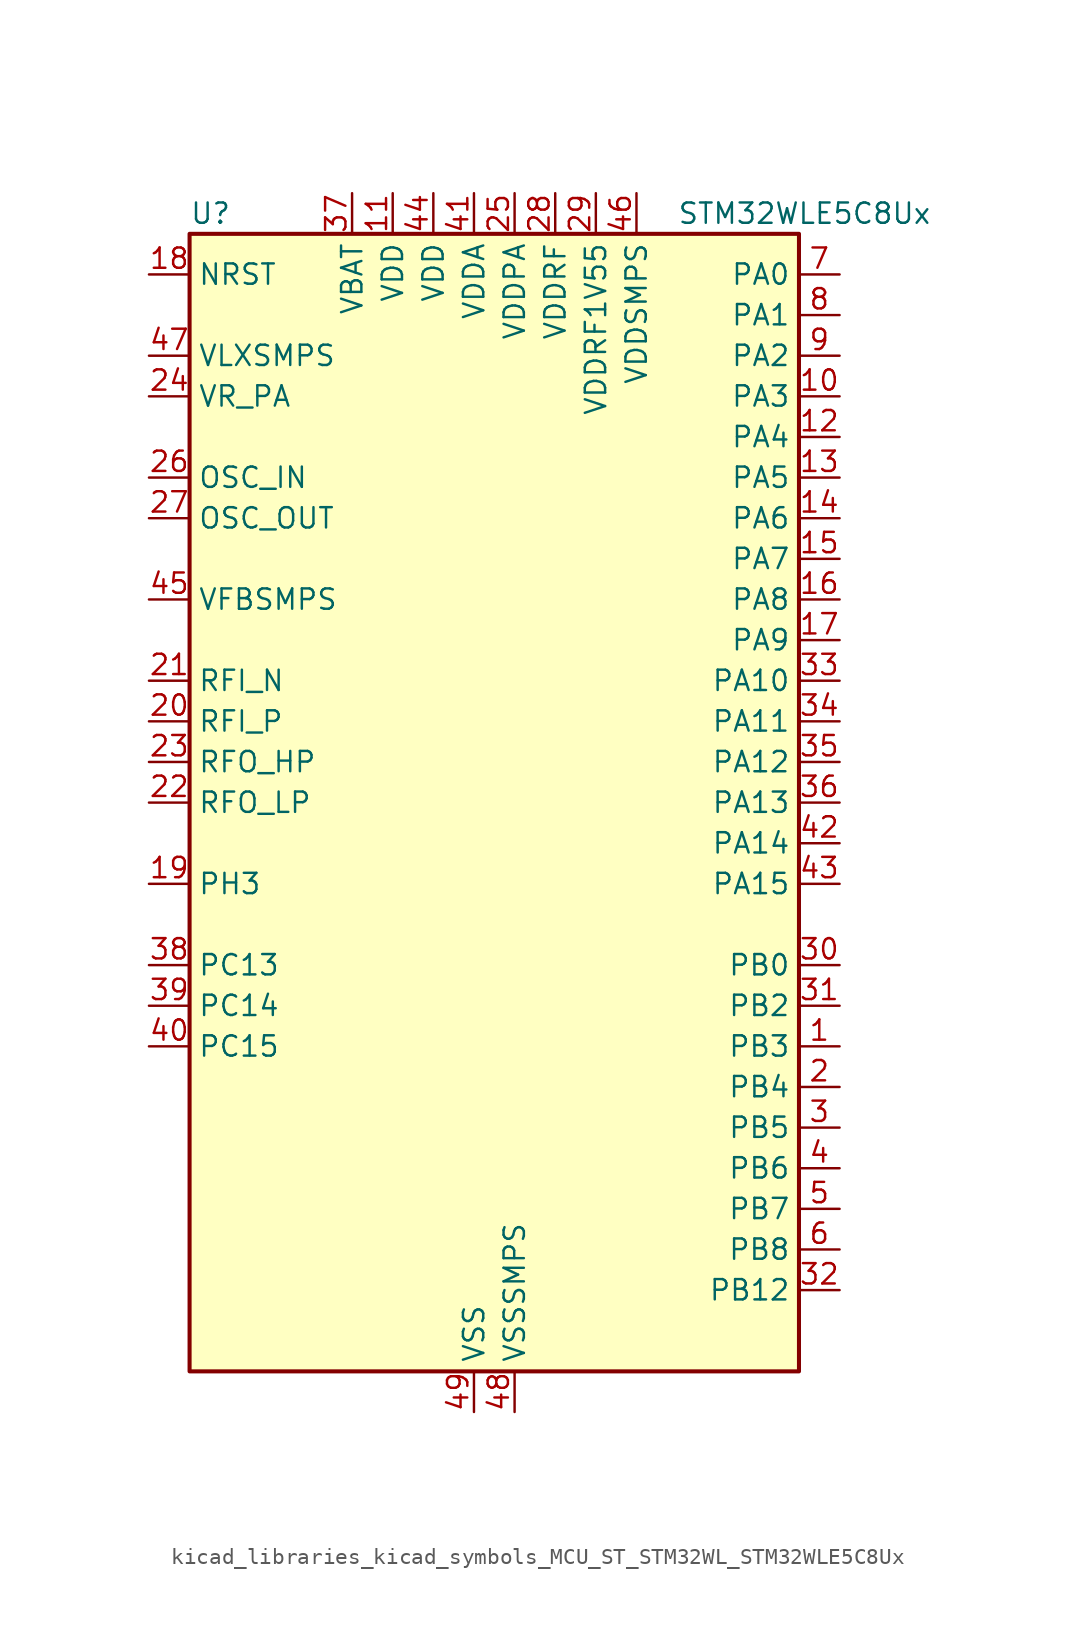
<source format=kicad_sym>
(kicad_symbol_lib
  (version 20220914)
  (generator kicad_symbol_editor)
  (symbol "kicad_libraries_kicad_symbols_MCU_ST_STM32WL_STM32WLE5C8Ux"
    (property "Reference" "U"
      (at -17.78 36.83 0)
      (effects (font (size 1.27 1.27)) (justify left)))
    (property "Value" "STM32WLE5C8Ux"
      (at 12.7 36.83 0)
      (effects (font (size 1.27 1.27)) (justify left)))
    (property "ki_locked" ""
      (at 0 0 0)
      (effects (font (size 1.27 1.27))))
    (symbol "kicad_libraries_kicad_symbols_MCU_ST_STM32WL_STM32WLE5C8Ux_0_1"
      (rectangle (start -17.78 -35.56) (end 20.32 35.56) (stroke (width 0.254) (type default)) (fill (type background))))
    (symbol "kicad_libraries_kicad_symbols_MCU_ST_STM32WL_STM32WLE5C8Ux_1_1"
      (pin bidirectional line (at 22.86 -15.24 180) (length 2.54) (name "PB3" (effects (font (size 1.27 1.27)))) (number "1" (effects (font (size 1.27 1.27)))) (alternate "ADC_IN2" bidirectional line) (alternate "COMP1_INM" bidirectional line) (alternate "COMP2_INM" bidirectional line) (alternate "DEBUG_JTDO-SWO" bidirectional line) (alternate "DEBUG_RF-DTB1" bidirectional line) (alternate "PWR_WKUP3" bidirectional line) (alternate "RTC_TAMP_IN3" bidirectional line) (alternate "SPI1_SCK" bidirectional line) (alternate "TIM2_CH2" bidirectional line) (alternate "USART1_DE" bidirectional line) (alternate "USART1_RTS" bidirectional line))
      (pin bidirectional line (at 22.86 25.4 180) (length 2.54) (name "PA3" (effects (font (size 1.27 1.27)))) (number "10" (effects (font (size 1.27 1.27)))) (alternate "I2S2_MCK" bidirectional line) (alternate "LPUART1_RX" bidirectional line) (alternate "TIM2_CH4" bidirectional line) (alternate "USART2_RX" bidirectional line))
      (pin power_in line (at -5.08 38.1 270) (length 2.54) (name "VDD" (effects (font (size 1.27 1.27)))) (number "11" (effects (font (size 1.27 1.27)))))
      (pin bidirectional line (at 22.86 22.86 180) (length 2.54) (name "PA4" (effects (font (size 1.27 1.27)))) (number "12" (effects (font (size 1.27 1.27)))) (alternate "DEBUG_SUBGHZSPI-NSSOUT" bidirectional line) (alternate "LPTIM1_OUT" bidirectional line) (alternate "LPTIM2_OUT" bidirectional line) (alternate "RTC_OUT2" bidirectional line) (alternate "SPI1_NSS" bidirectional line) (alternate "USART2_CK" bidirectional line))
      (pin bidirectional line (at 22.86 20.32 180) (length 2.54) (name "PA5" (effects (font (size 1.27 1.27)))) (number "13" (effects (font (size 1.27 1.27)))) (alternate "DEBUG_SUBGHZSPI-SCKOUT" bidirectional line) (alternate "LPTIM2_ETR" bidirectional line) (alternate "SPI1_SCK" bidirectional line) (alternate "SPI2_MISO" bidirectional line) (alternate "TIM2_CH1" bidirectional line) (alternate "TIM2_ETR" bidirectional line))
      (pin bidirectional line (at 22.86 17.78 180) (length 2.54) (name "PA6" (effects (font (size 1.27 1.27)))) (number "14" (effects (font (size 1.27 1.27)))) (alternate "DEBUG_SUBGHZSPI-MISOOUT" bidirectional line) (alternate "I2C2_SMBA" bidirectional line) (alternate "LPUART1_CTS" bidirectional line) (alternate "SPI1_MISO" bidirectional line) (alternate "TIM16_CH1" bidirectional line) (alternate "TIM1_BKIN" bidirectional line))
      (pin bidirectional line (at 22.86 15.24 180) (length 2.54) (name "PA7" (effects (font (size 1.27 1.27)))) (number "15" (effects (font (size 1.27 1.27)))) (alternate "COMP2_OUT" bidirectional line) (alternate "DEBUG_SUBGHZSPI-MOSIOUT" bidirectional line) (alternate "I2C3_SCL" bidirectional line) (alternate "SPI1_MOSI" bidirectional line) (alternate "TIM17_CH1" bidirectional line) (alternate "TIM1_CH1N" bidirectional line))
      (pin bidirectional line (at 22.86 12.7 180) (length 2.54) (name "PA8" (effects (font (size 1.27 1.27)))) (number "16" (effects (font (size 1.27 1.27)))) (alternate "I2S2_CK" bidirectional line) (alternate "LPTIM2_OUT" bidirectional line) (alternate "RCC_MCO" bidirectional line) (alternate "SPI2_SCK" bidirectional line) (alternate "TIM1_CH1" bidirectional line) (alternate "USART1_CK" bidirectional line))
      (pin bidirectional line (at 22.86 10.16 180) (length 2.54) (name "PA9" (effects (font (size 1.27 1.27)))) (number "17" (effects (font (size 1.27 1.27)))) (alternate "DAC_EXTI9" bidirectional line) (alternate "I2C1_SCL" bidirectional line) (alternate "I2S2_CK" bidirectional line) (alternate "I2S2_WS" bidirectional line) (alternate "SPI2_NSS" bidirectional line) (alternate "SPI2_SCK" bidirectional line) (alternate "TIM1_CH2" bidirectional line) (alternate "USART1_TX" bidirectional line))
      (pin input line (at -20.32 33.02 0) (length 2.54) (name "NRST" (effects (font (size 1.27 1.27)))) (number "18" (effects (font (size 1.27 1.27)))))
      (pin bidirectional line (at -20.32 -5.08 0) (length 2.54) (name "PH3" (effects (font (size 1.27 1.27)))) (number "19" (effects (font (size 1.27 1.27)))))
      (pin bidirectional line (at 22.86 -17.78 180) (length 2.54) (name "PB4" (effects (font (size 1.27 1.27)))) (number "2" (effects (font (size 1.27 1.27)))) (alternate "ADC_IN3" bidirectional line) (alternate "COMP1_INP" bidirectional line) (alternate "COMP2_INP" bidirectional line) (alternate "DEBUG_JTRST" bidirectional line) (alternate "DEBUG_RF-LDORDY" bidirectional line) (alternate "I2C3_SDA" bidirectional line) (alternate "SPI1_MISO" bidirectional line) (alternate "TIM17_BKIN" bidirectional line) (alternate "USART1_CTS" bidirectional line) (alternate "USART1_NSS" bidirectional line))
      (pin bidirectional line (at -20.32 5.08 0) (length 2.54) (name "RFI_P" (effects (font (size 1.27 1.27)))) (number "20" (effects (font (size 1.27 1.27)))))
      (pin bidirectional line (at -20.32 7.62 0) (length 2.54) (name "RFI_N" (effects (font (size 1.27 1.27)))) (number "21" (effects (font (size 1.27 1.27)))))
      (pin bidirectional line (at -20.32 0 0) (length 2.54) (name "RFO_LP" (effects (font (size 1.27 1.27)))) (number "22" (effects (font (size 1.27 1.27)))))
      (pin bidirectional line (at -20.32 2.54 0) (length 2.54) (name "RFO_HP" (effects (font (size 1.27 1.27)))) (number "23" (effects (font (size 1.27 1.27)))))
      (pin power_in line (at -20.32 25.4 0) (length 2.54) (name "VR_PA" (effects (font (size 1.27 1.27)))) (number "24" (effects (font (size 1.27 1.27)))))
      (pin power_in line (at 2.54 38.1 270) (length 2.54) (name "VDDPA" (effects (font (size 1.27 1.27)))) (number "25" (effects (font (size 1.27 1.27)))))
      (pin input line (at -20.32 20.32 0) (length 2.54) (name "OSC_IN" (effects (font (size 1.27 1.27)))) (number "26" (effects (font (size 1.27 1.27)))) (alternate "RCC_OSC_IN" bidirectional line))
      (pin input line (at -20.32 17.78 0) (length 2.54) (name "OSC_OUT" (effects (font (size 1.27 1.27)))) (number "27" (effects (font (size 1.27 1.27)))) (alternate "RCC_OSC_OUT" bidirectional line))
      (pin power_in line (at 5.08 38.1 270) (length 2.54) (name "VDDRF" (effects (font (size 1.27 1.27)))) (number "28" (effects (font (size 1.27 1.27)))))
      (pin power_in line (at 7.62 38.1 270) (length 2.54) (name "VDDRF1V55" (effects (font (size 1.27 1.27)))) (number "29" (effects (font (size 1.27 1.27)))))
      (pin bidirectional line (at 22.86 -20.32 180) (length 2.54) (name "PB5" (effects (font (size 1.27 1.27)))) (number "3" (effects (font (size 1.27 1.27)))) (alternate "COMP2_OUT" bidirectional line) (alternate "I2C1_SMBA" bidirectional line) (alternate "LPTIM1_IN1" bidirectional line) (alternate "SPI1_MOSI" bidirectional line) (alternate "TIM16_BKIN" bidirectional line) (alternate "USART1_CK" bidirectional line))
      (pin bidirectional line (at 22.86 -10.16 180) (length 2.54) (name "PB0" (effects (font (size 1.27 1.27)))) (number "30" (effects (font (size 1.27 1.27)))) (alternate "COMP1_OUT" bidirectional line) (alternate "VDDTCXO" bidirectional line))
      (pin bidirectional line (at 22.86 -12.7 180) (length 2.54) (name "PB2" (effects (font (size 1.27 1.27)))) (number "31" (effects (font (size 1.27 1.27)))) (alternate "ADC_IN4" bidirectional line) (alternate "COMP1_INP" bidirectional line) (alternate "COMP2_INM" bidirectional line) (alternate "DEBUG_RF-SMPSRDY" bidirectional line) (alternate "I2C3_SMBA" bidirectional line) (alternate "LPTIM1_OUT" bidirectional line) (alternate "SPI1_NSS" bidirectional line))
      (pin bidirectional line (at 22.86 -30.48 180) (length 2.54) (name "PB12" (effects (font (size 1.27 1.27)))) (number "32" (effects (font (size 1.27 1.27)))) (alternate "I2C3_SMBA" bidirectional line) (alternate "I2S2_WS" bidirectional line) (alternate "LPUART1_RTS" bidirectional line) (alternate "SPI2_NSS" bidirectional line) (alternate "TIM1_BKIN" bidirectional line))
      (pin bidirectional line (at 22.86 7.62 180) (length 2.54) (name "PA10" (effects (font (size 1.27 1.27)))) (number "33" (effects (font (size 1.27 1.27)))) (alternate "ADC_IN6" bidirectional line) (alternate "COMP1_INM" bidirectional line) (alternate "COMP2_INM" bidirectional line) (alternate "DAC_OUT1" bidirectional line) (alternate "DEBUG_RF-HSE32RDY" bidirectional line) (alternate "I2C1_SDA" bidirectional line) (alternate "I2S2_SD" bidirectional line) (alternate "RTC_REFIN" bidirectional line) (alternate "SPI2_MOSI" bidirectional line) (alternate "TIM17_BKIN" bidirectional line) (alternate "TIM1_CH3" bidirectional line) (alternate "USART1_RX" bidirectional line))
      (pin bidirectional line (at 22.86 5.08 180) (length 2.54) (name "PA11" (effects (font (size 1.27 1.27)))) (number "34" (effects (font (size 1.27 1.27)))) (alternate "ADC_EXTI11" bidirectional line) (alternate "ADC_IN7" bidirectional line) (alternate "COMP1_INM" bidirectional line) (alternate "COMP2_INM" bidirectional line) (alternate "DEBUG_RF-NRESET" bidirectional line) (alternate "I2C2_SDA" bidirectional line) (alternate "LPTIM3_ETR" bidirectional line) (alternate "SPI1_MISO" bidirectional line) (alternate "TIM1_BKIN2" bidirectional line) (alternate "TIM1_CH4" bidirectional line) (alternate "USART1_CTS" bidirectional line) (alternate "USART1_NSS" bidirectional line))
      (pin bidirectional line (at 22.86 2.54 180) (length 2.54) (name "PA12" (effects (font (size 1.27 1.27)))) (number "35" (effects (font (size 1.27 1.27)))) (alternate "ADC_IN8" bidirectional line) (alternate "DEBUG_RF-BUSY" bidirectional line) (alternate "I2C2_SCL" bidirectional line) (alternate "LPTIM3_IN1" bidirectional line) (alternate "SPI1_MOSI" bidirectional line) (alternate "TIM1_ETR" bidirectional line) (alternate "USART1_DE" bidirectional line) (alternate "USART1_RTS" bidirectional line))
      (pin bidirectional line (at 22.86 0 180) (length 2.54) (name "PA13" (effects (font (size 1.27 1.27)))) (number "36" (effects (font (size 1.27 1.27)))) (alternate "ADC_IN9" bidirectional line) (alternate "DEBUG_JTMS-SWDIO" bidirectional line) (alternate "I2C2_SMBA" bidirectional line) (alternate "IR_OUT" bidirectional line))
      (pin power_in line (at -7.62 38.1 270) (length 2.54) (name "VBAT" (effects (font (size 1.27 1.27)))) (number "37" (effects (font (size 1.27 1.27)))))
      (pin bidirectional line (at -20.32 -10.16 0) (length 2.54) (name "PC13" (effects (font (size 1.27 1.27)))) (number "38" (effects (font (size 1.27 1.27)))) (alternate "PWR_WKUP2" bidirectional line) (alternate "RTC_OUT1" bidirectional line) (alternate "RTC_TAMP_IN1" bidirectional line) (alternate "RTC_TS" bidirectional line))
      (pin bidirectional line (at -20.32 -12.7 0) (length 2.54) (name "PC14" (effects (font (size 1.27 1.27)))) (number "39" (effects (font (size 1.27 1.27)))) (alternate "RCC_OSC32_IN" bidirectional line))
      (pin bidirectional line (at 22.86 -22.86 180) (length 2.54) (name "PB6" (effects (font (size 1.27 1.27)))) (number "4" (effects (font (size 1.27 1.27)))) (alternate "I2C1_SCL" bidirectional line) (alternate "LPTIM1_ETR" bidirectional line) (alternate "TIM16_CH1N" bidirectional line) (alternate "USART1_TX" bidirectional line))
      (pin bidirectional line (at -20.32 -15.24 0) (length 2.54) (name "PC15" (effects (font (size 1.27 1.27)))) (number "40" (effects (font (size 1.27 1.27)))) (alternate "RCC_OSC32_OUT" bidirectional line))
      (pin power_in line (at 0 38.1 270) (length 2.54) (name "VDDA" (effects (font (size 1.27 1.27)))) (number "41" (effects (font (size 1.27 1.27)))))
      (pin bidirectional line (at 22.86 -2.54 180) (length 2.54) (name "PA14" (effects (font (size 1.27 1.27)))) (number "42" (effects (font (size 1.27 1.27)))) (alternate "ADC_IN10" bidirectional line) (alternate "DEBUG_JTCK-SWCLK" bidirectional line) (alternate "I2C1_SMBA" bidirectional line) (alternate "LPTIM1_OUT" bidirectional line))
      (pin bidirectional line (at 22.86 -5.08 180) (length 2.54) (name "PA15" (effects (font (size 1.27 1.27)))) (number "43" (effects (font (size 1.27 1.27)))) (alternate "ADC_IN11" bidirectional line) (alternate "COMP1_INM" bidirectional line) (alternate "COMP2_INP" bidirectional line) (alternate "DEBUG_JTDI" bidirectional line) (alternate "I2C2_SDA" bidirectional line) (alternate "SPI1_NSS" bidirectional line) (alternate "TIM2_CH1" bidirectional line) (alternate "TIM2_ETR" bidirectional line))
      (pin power_in line (at -2.54 38.1 270) (length 2.54) (name "VDD" (effects (font (size 1.27 1.27)))) (number "44" (effects (font (size 1.27 1.27)))))
      (pin input line (at -20.32 12.7 0) (length 2.54) (name "VFBSMPS" (effects (font (size 1.27 1.27)))) (number "45" (effects (font (size 1.27 1.27)))))
      (pin power_in line (at 10.16 38.1 270) (length 2.54) (name "VDDSMPS" (effects (font (size 1.27 1.27)))) (number "46" (effects (font (size 1.27 1.27)))))
      (pin power_in line (at -20.32 27.94 0) (length 2.54) (name "VLXSMPS" (effects (font (size 1.27 1.27)))) (number "47" (effects (font (size 1.27 1.27)))))
      (pin power_in line (at 2.54 -38.1 90) (length 2.54) (name "VSSSMPS" (effects (font (size 1.27 1.27)))) (number "48" (effects (font (size 1.27 1.27)))))
      (pin power_in line (at 0 -38.1 90) (length 2.54) (name "VSS" (effects (font (size 1.27 1.27)))) (number "49" (effects (font (size 1.27 1.27)))))
      (pin bidirectional line (at 22.86 -25.4 180) (length 2.54) (name "PB7" (effects (font (size 1.27 1.27)))) (number "5" (effects (font (size 1.27 1.27)))) (alternate "I2C1_SDA" bidirectional line) (alternate "LPTIM1_IN2" bidirectional line) (alternate "PWR_PVD_IN" bidirectional line) (alternate "TIM17_CH1N" bidirectional line) (alternate "TIM1_BKIN" bidirectional line) (alternate "USART1_RX" bidirectional line))
      (pin bidirectional line (at 22.86 -27.94 180) (length 2.54) (name "PB8" (effects (font (size 1.27 1.27)))) (number "6" (effects (font (size 1.27 1.27)))) (alternate "I2C1_SCL" bidirectional line) (alternate "TIM16_CH1" bidirectional line) (alternate "TIM1_CH2N" bidirectional line))
      (pin bidirectional line (at 22.86 33.02 180) (length 2.54) (name "PA0" (effects (font (size 1.27 1.27)))) (number "7" (effects (font (size 1.27 1.27)))) (alternate "COMP1_OUT" bidirectional line) (alternate "DEBUG_PWR-REGLP1S" bidirectional line) (alternate "I2C3_SMBA" bidirectional line) (alternate "I2S_CKIN" bidirectional line) (alternate "PWR_WKUP1" bidirectional line) (alternate "RTC_TAMP_IN2" bidirectional line) (alternate "TIM2_CH1" bidirectional line) (alternate "TIM2_ETR" bidirectional line) (alternate "USART2_CTS" bidirectional line) (alternate "USART2_NSS" bidirectional line))
      (pin bidirectional line (at 22.86 30.48 180) (length 2.54) (name "PA1" (effects (font (size 1.27 1.27)))) (number "8" (effects (font (size 1.27 1.27)))) (alternate "DEBUG_PWR-REGLP2S" bidirectional line) (alternate "I2C1_SMBA" bidirectional line) (alternate "LPTIM3_OUT" bidirectional line) (alternate "LPUART1_RTS" bidirectional line) (alternate "SPI1_SCK" bidirectional line) (alternate "TIM2_CH2" bidirectional line) (alternate "USART2_DE" bidirectional line) (alternate "USART2_RTS" bidirectional line))
      (pin bidirectional line (at 22.86 27.94 180) (length 2.54) (name "PA2" (effects (font (size 1.27 1.27)))) (number "9" (effects (font (size 1.27 1.27)))) (alternate "COMP2_OUT" bidirectional line) (alternate "DEBUG_PWR-LDORDY" bidirectional line) (alternate "LPUART1_TX" bidirectional line) (alternate "RCC_LSCO" bidirectional line) (alternate "TIM2_CH3" bidirectional line) (alternate "USART2_TX" bidirectional line)))))
</source>
